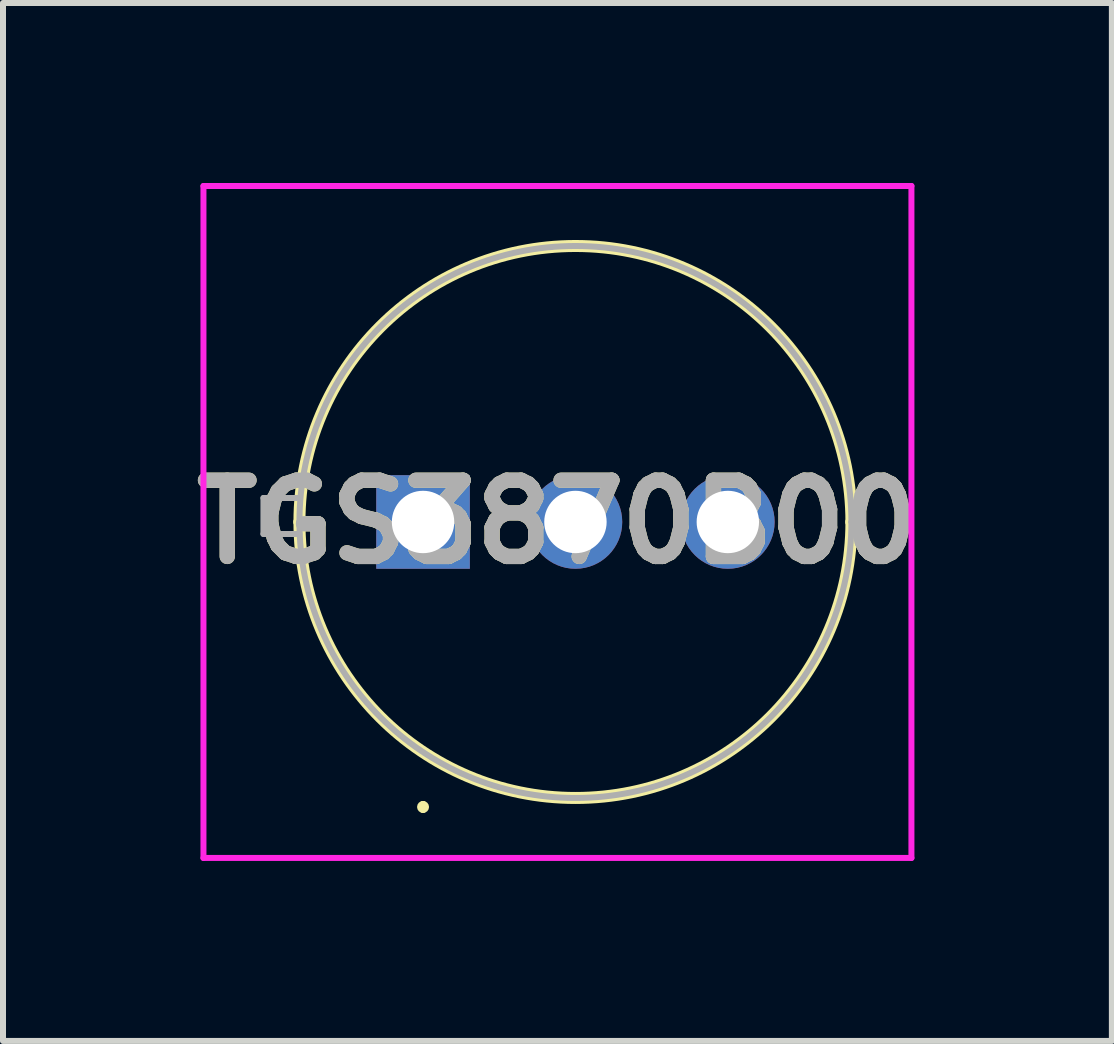
<source format=kicad_pcb>
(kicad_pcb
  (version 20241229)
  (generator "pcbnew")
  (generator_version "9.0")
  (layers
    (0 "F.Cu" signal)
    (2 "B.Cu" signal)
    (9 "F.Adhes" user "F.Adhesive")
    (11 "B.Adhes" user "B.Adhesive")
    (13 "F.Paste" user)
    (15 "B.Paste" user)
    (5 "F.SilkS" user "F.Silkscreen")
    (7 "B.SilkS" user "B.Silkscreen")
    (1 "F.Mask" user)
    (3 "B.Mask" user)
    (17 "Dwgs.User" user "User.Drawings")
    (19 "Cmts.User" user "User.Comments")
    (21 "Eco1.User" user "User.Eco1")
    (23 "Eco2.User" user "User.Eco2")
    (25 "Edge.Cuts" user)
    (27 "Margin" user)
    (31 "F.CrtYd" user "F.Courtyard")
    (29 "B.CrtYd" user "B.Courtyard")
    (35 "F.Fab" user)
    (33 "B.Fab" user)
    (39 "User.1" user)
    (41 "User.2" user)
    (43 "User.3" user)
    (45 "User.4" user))
  (footprint "TGS3870B00"
    (layer "F.Cu")
    (at 4.001 5.65)
    (property "Reference" "TGS3870B00" (at 2.24 0 0) (layer "F.SilkS") (effects (font (size 1.27 1.27) (thickness 0.254))))
    (attr through_hole)
    (fp_line (start -2.06 0) (end -2.06 0) (stroke (width 0.2) (type solid)) (layer "F.SilkS"))
    (fp_line (start 0 4.7) (end 0 4.7) (stroke (width 0.1) (type solid)) (layer "F.SilkS"))
    (fp_line (start 0 4.8) (end 0 4.8) (stroke (width 0.1) (type solid)) (layer "F.SilkS"))
    (fp_line (start 7.14 0) (end 7.14 0) (stroke (width 0.2) (type solid)) (layer "F.SilkS"))
    (fp_arc (start -2.06 0) (mid 2.54 -4.6) (end 7.14 0) (stroke (width 0.2) (type solid)) (layer "F.SilkS"))
    (fp_arc (start 0 4.7) (mid 0.05 4.75) (end 0 4.8) (stroke (width 0.1) (type solid)) (layer "F.SilkS"))
    (fp_arc (start 0 4.8) (mid -0.05 4.75) (end 0 4.7) (stroke (width 0.1) (type solid)) (layer "F.SilkS"))
    (fp_arc (start 7.14 0) (mid 2.54 4.6) (end -2.06 0) (stroke (width 0.2) (type solid)) (layer "F.SilkS"))
    (fp_line (start -3.66 -5.6) (end 8.14 -5.6) (stroke (width 0.1) (type solid)) (layer "F.CrtYd"))
    (fp_line (start -3.66 5.6) (end -3.66 -5.6) (stroke (width 0.1) (type solid)) (layer "F.CrtYd"))
    (fp_line (start 8.14 -5.6) (end 8.14 5.6) (stroke (width 0.1) (type solid)) (layer "F.CrtYd"))
    (fp_line (start 8.14 5.6) (end -3.66 5.6) (stroke (width 0.1) (type solid)) (layer "F.CrtYd"))
    (fp_line (start -2.66 -0.4) (end -2.66 0.2) (stroke (width 0.1) (type solid)) (layer "F.Fab"))
    (fp_line (start -2.66 0.2) (end -2.06 0.2) (stroke (width 0.1) (type solid)) (layer "F.Fab"))
    (fp_line (start -2.06 -0.4) (end -2.66 -0.4) (stroke (width 0.1) (type solid)) (layer "F.Fab"))
    (fp_line (start -2.06 0) (end -2.06 0) (stroke (width 0.1) (type solid)) (layer "F.Fab"))
    (fp_line (start 7.14 0) (end 7.14 0) (stroke (width 0.1) (type solid)) (layer "F.Fab"))
    (fp_arc (start -2.06 0) (mid 2.54 -4.6) (end 7.14 0) (stroke (width 0.1) (type solid)) (layer "F.Fab"))
    (fp_arc (start 7.14 0) (mid 2.54 4.6) (end -2.06 0) (stroke (width 0.1) (type solid)) (layer "F.Fab"))
    (fp_text user "${REFERENCE}" (at 2.24 0 0) (layer "F.Fab") (effects (font (size 1.27 1.27) (thickness 0.254))))
    (pad "1" thru_hole rect (at 0 0) (size 1.56 1.56) (drill 1.04) (layers "*.Cu" "*.Mask"))
    (pad "2" thru_hole circle (at 2.54 0) (size 1.56 1.56) (drill 1.04) (layers "*.Cu" "*.Mask"))
    (pad "3" thru_hole circle (at 5.08 0) (size 1.56 1.56) (drill 1.04) (layers "*.Cu" "*.Mask")))
  (gr_rect
    (start -3 -3)
    (end 15.482 14.3)
    (stroke (width 0.1) (type default))
    (fill no)
    (layer "Edge.Cuts")))
</source>
